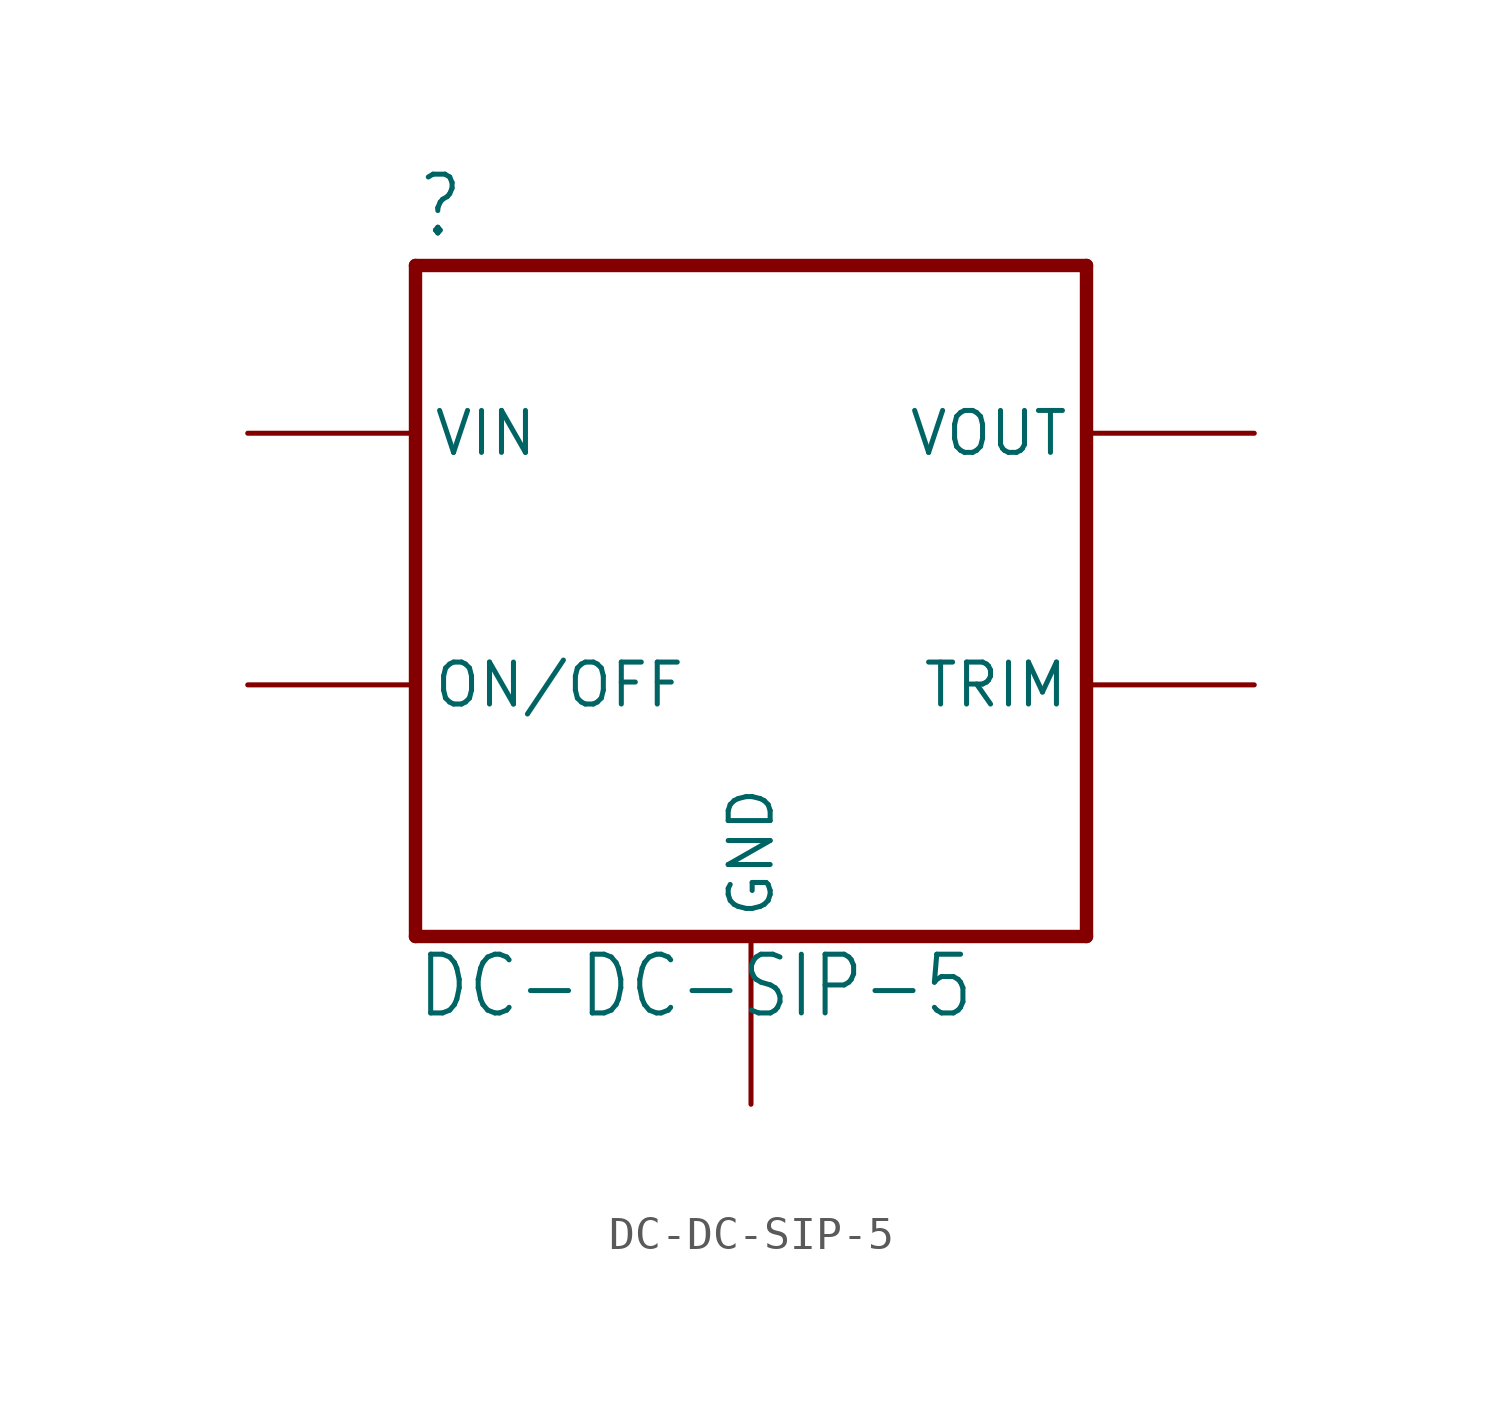
<source format=kicad_sym>
(kicad_symbol_lib
  (version 20211014)
  (generator kicad_symbol_editor)
  (symbol "DC-DC-SIP-5"
    (property "Reference" ""
      (at -10.16 10.922 0)
      (effects (font (size 1.778 1.511)) (justify left bottom)))
    (property "Value" "DC-DC-SIP-5"
      (at -10.16 -12.7 0)
      (effects (font (size 1.778 1.511)) (justify left bottom)))
    (property "ki_locked" ""
      (at 0 0 0)
      (effects (font (size 1.27 1.27))))
    (symbol "DC-DC-SIP-5_1_0"
      (polyline (pts (xy -10.16 10.16) (xy -10.16 -10.16)) (stroke (width 0.406) (type default) (color 0 0 0 0)) (fill (type none)))
      (polyline (pts (xy -10.16 10.16) (xy 10.16 10.16)) (stroke (width 0.406) (type default) (color 0 0 0 0)) (fill (type none)))
      (polyline (pts (xy 10.16 -10.16) (xy -10.16 -10.16)) (stroke (width 0.406) (type default) (color 0 0 0 0)) (fill (type none)))
      (polyline (pts (xy 10.16 -10.16) (xy 10.16 10.16)) (stroke (width 0.406) (type default) (color 0 0 0 0)) (fill (type none)))
      (pin passive line (at -15.24 -2.54 0) (length 5.08) (name "ON/OFF" (effects (font (size 1.27 1.27)))) (number "P1" (effects (font (size 0 0)))))
      (pin passive line (at -15.24 5.08 0) (length 5.08) (name "VIN" (effects (font (size 1.27 1.27)))) (number "P2" (effects (font (size 0 0)))))
      (pin passive line (at 0 -15.24 90) (length 5.08) (name "GND" (effects (font (size 1.27 1.27)))) (number "P3" (effects (font (size 0 0)))))
      (pin passive line (at 15.24 5.08 180) (length 5.08) (name "VOUT" (effects (font (size 1.27 1.27)))) (number "P4" (effects (font (size 0 0)))))
      (pin passive line (at 15.24 -2.54 180) (length 5.08) (name "TRIM" (effects (font (size 1.27 1.27)))) (number "P5" (effects (font (size 0 0))))))))
</source>
